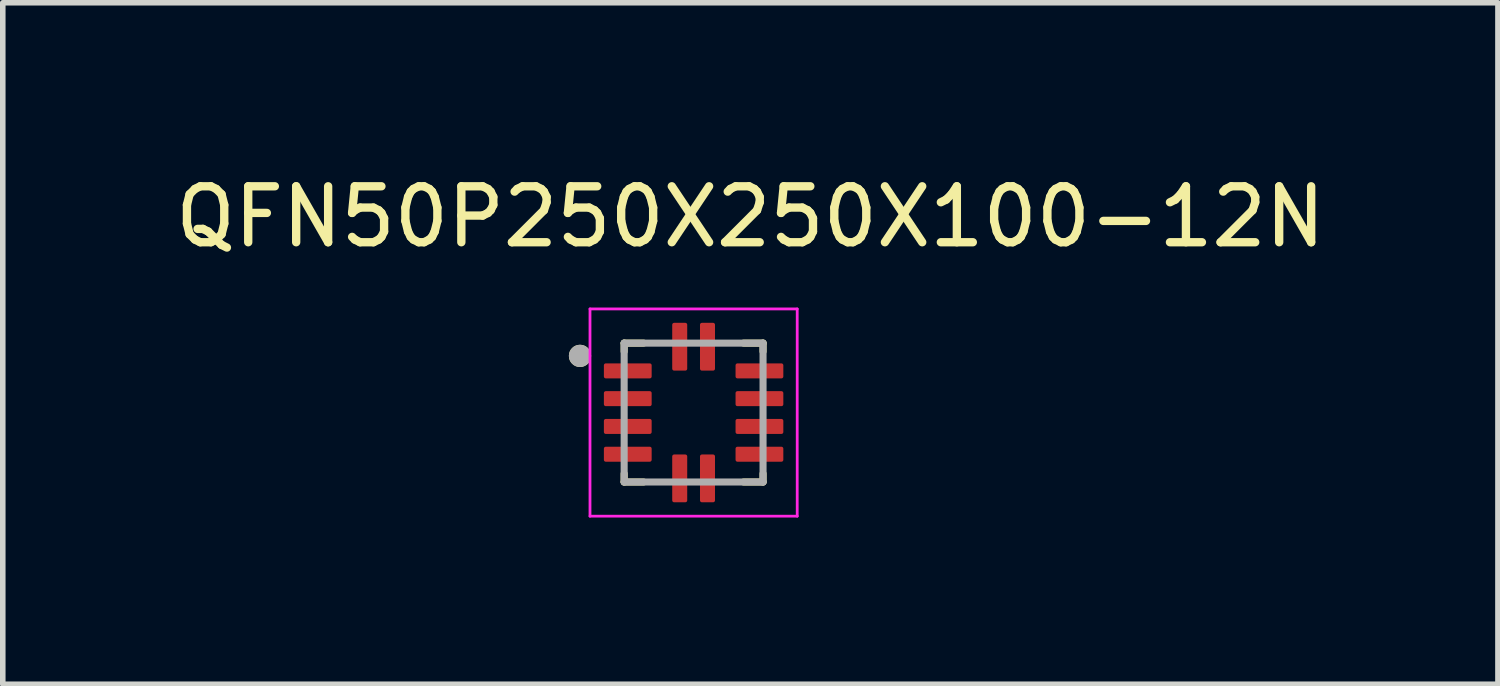
<source format=kicad_pcb>
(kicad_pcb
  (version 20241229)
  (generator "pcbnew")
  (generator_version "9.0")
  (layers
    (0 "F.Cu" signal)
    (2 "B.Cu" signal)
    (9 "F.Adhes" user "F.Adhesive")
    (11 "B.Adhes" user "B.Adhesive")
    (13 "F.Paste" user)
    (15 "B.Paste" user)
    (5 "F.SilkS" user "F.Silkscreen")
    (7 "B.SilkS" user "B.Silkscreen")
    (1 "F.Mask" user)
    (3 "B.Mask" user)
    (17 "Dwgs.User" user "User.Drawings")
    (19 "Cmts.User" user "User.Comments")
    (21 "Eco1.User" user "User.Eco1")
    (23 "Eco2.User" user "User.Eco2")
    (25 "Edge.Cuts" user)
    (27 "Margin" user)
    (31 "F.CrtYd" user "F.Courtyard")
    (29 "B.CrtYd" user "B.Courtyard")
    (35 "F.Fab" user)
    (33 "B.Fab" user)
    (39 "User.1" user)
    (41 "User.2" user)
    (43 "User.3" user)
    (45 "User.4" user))
  (footprint "QFN50P250X250X100-12N"
    (layer "F.Cu")
    (at 9.435 4.376)
    (property "Reference" "QFN50P250X250X100-12N" (at 1.022 -3.524 0) (layer "F.SilkS") (effects (font (size 1.007 1.007) (thickness 0.15))))
    (attr smd)
    (fp_line (start -1.25 -1.25) (end -1.25 -1.1) (stroke (width 0.127) (type solid)) (layer "F.SilkS"))
    (fp_line (start -1.25 -1.25) (end -0.9 -1.25) (stroke (width 0.127) (type solid)) (layer "F.SilkS"))
    (fp_line (start -1.25 1.25) (end -1.25 1.1) (stroke (width 0.127) (type solid)) (layer "F.SilkS"))
    (fp_line (start -1.25 1.25) (end -0.9 1.25) (stroke (width 0.127) (type solid)) (layer "F.SilkS"))
    (fp_line (start 1.25 -1.25) (end 0.9 -1.25) (stroke (width 0.127) (type solid)) (layer "F.SilkS"))
    (fp_line (start 1.25 -1.25) (end 1.25 -1.1) (stroke (width 0.127) (type solid)) (layer "F.SilkS"))
    (fp_line (start 1.25 1.25) (end 0.9 1.25) (stroke (width 0.127) (type solid)) (layer "F.SilkS"))
    (fp_line (start 1.25 1.25) (end 1.25 1.1) (stroke (width 0.127) (type solid)) (layer "F.SilkS"))
    (fp_circle (center -2.045 -1.02) (end -1.945 -1.02) (stroke (width 0.2) (type solid)) (fill no) (layer "F.SilkS"))
    (fp_line (start -1.865 -1.865) (end 1.865 -1.865) (stroke (width 0.05) (type solid)) (layer "F.CrtYd"))
    (fp_line (start -1.865 1.865) (end -1.865 -1.865) (stroke (width 0.05) (type solid)) (layer "F.CrtYd"))
    (fp_line (start -1.865 1.865) (end 1.865 1.865) (stroke (width 0.05) (type solid)) (layer "F.CrtYd"))
    (fp_line (start 1.865 1.865) (end 1.865 -1.865) (stroke (width 0.05) (type solid)) (layer "F.CrtYd"))
    (fp_line (start -1.25 1.25) (end -1.25 -1.25) (stroke (width 0.127) (type solid)) (layer "F.Fab"))
    (fp_line (start 1.25 -1.25) (end -1.25 -1.25) (stroke (width 0.127) (type solid)) (layer "F.Fab"))
    (fp_line (start 1.25 1.25) (end -1.25 1.25) (stroke (width 0.127) (type solid)) (layer "F.Fab"))
    (fp_line (start 1.25 1.25) (end 1.25 -1.25) (stroke (width 0.127) (type solid)) (layer "F.Fab"))
    (fp_circle (center -2.045 -1.02) (end -1.945 -1.02) (stroke (width 0.2) (type solid)) (fill no) (layer "F.Fab"))
    (pad "1" smd roundrect (at -1.185 -0.75) (size 0.86 0.27) (layers "F.Cu" "F.Mask" "F.Paste") (roundrect_rratio 0.125))
    (pad "2" smd roundrect (at -1.185 -0.25) (size 0.86 0.27) (layers "F.Cu" "F.Mask" "F.Paste") (roundrect_rratio 0.125))
    (pad "3" smd roundrect (at -1.185 0.25) (size 0.86 0.27) (layers "F.Cu" "F.Mask" "F.Paste") (roundrect_rratio 0.125))
    (pad "4" smd roundrect (at -1.185 0.75) (size 0.86 0.27) (layers "F.Cu" "F.Mask" "F.Paste") (roundrect_rratio 0.125))
    (pad "5" smd roundrect (at -0.25 1.185) (size 0.27 0.86) (layers "F.Cu" "F.Mask" "F.Paste") (roundrect_rratio 0.125))
    (pad "6" smd roundrect (at 0.25 1.185) (size 0.27 0.86) (layers "F.Cu" "F.Mask" "F.Paste") (roundrect_rratio 0.125))
    (pad "7" smd roundrect (at 1.185 0.75) (size 0.86 0.27) (layers "F.Cu" "F.Mask" "F.Paste") (roundrect_rratio 0.125))
    (pad "8" smd roundrect (at 1.185 0.25) (size 0.86 0.27) (layers "F.Cu" "F.Mask" "F.Paste") (roundrect_rratio 0.125))
    (pad "9" smd roundrect (at 1.185 -0.25) (size 0.86 0.27) (layers "F.Cu" "F.Mask" "F.Paste") (roundrect_rratio 0.125))
    (pad "10" smd roundrect (at 1.185 -0.75) (size 0.86 0.27) (layers "F.Cu" "F.Mask" "F.Paste") (roundrect_rratio 0.125))
    (pad "11" smd roundrect (at 0.25 -1.185) (size 0.27 0.86) (layers "F.Cu" "F.Mask" "F.Paste") (roundrect_rratio 0.125))
    (pad "12" smd roundrect (at -0.25 -1.185) (size 0.27 0.86) (layers "F.Cu" "F.Mask" "F.Paste") (roundrect_rratio 0.125)))
  (gr_rect
    (start -3 -3)
    (end 23.913 9.266)
    (stroke (width 0.1) (type default))
    (fill no)
    (layer "Edge.Cuts")))
</source>
